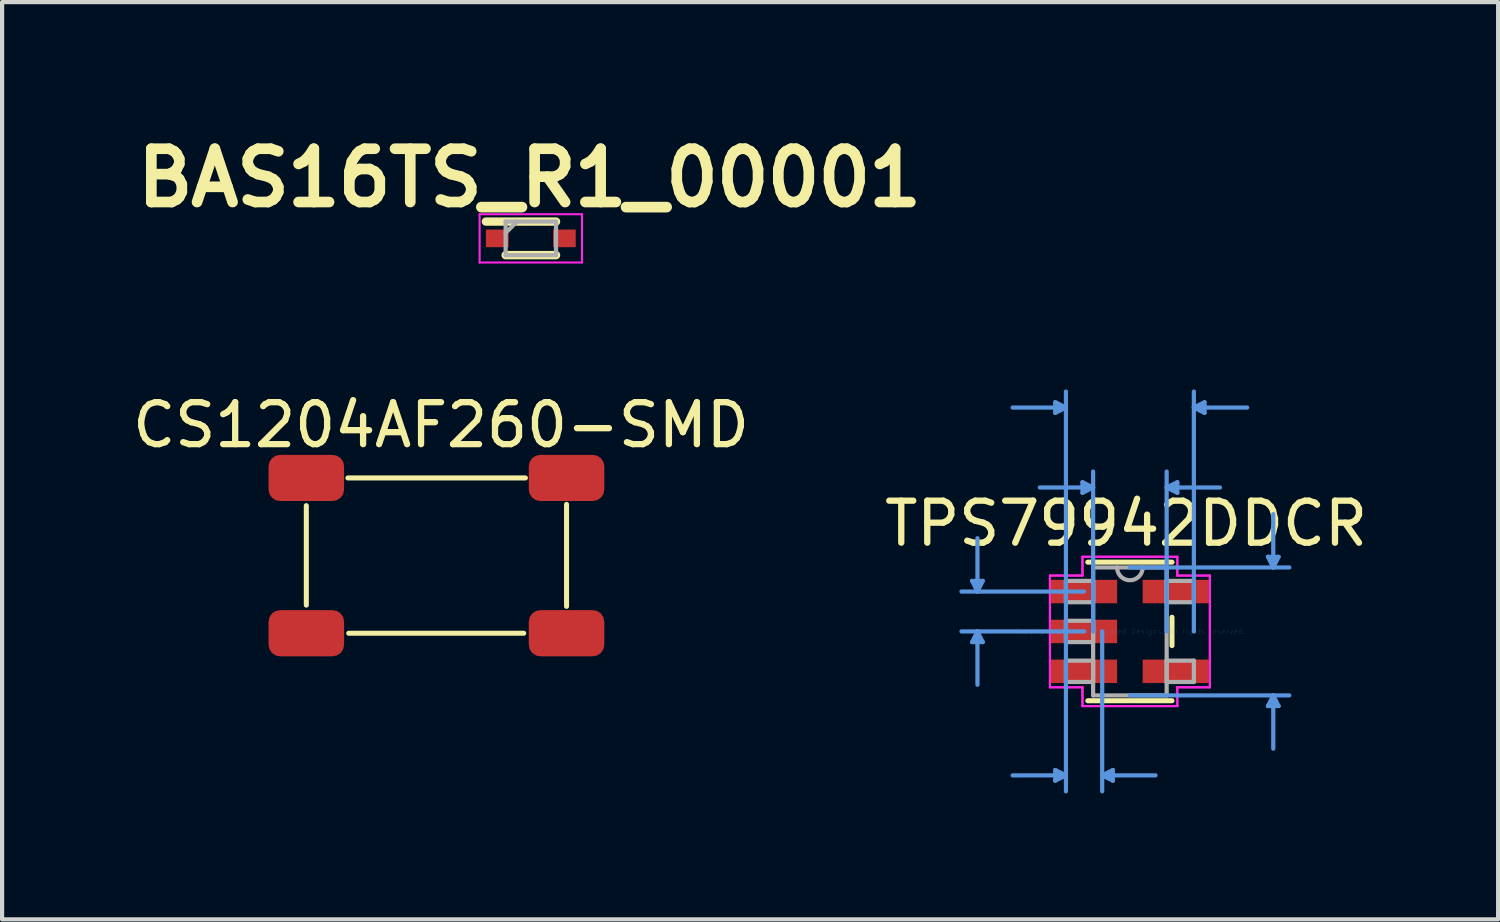
<source format=kicad_pcb>
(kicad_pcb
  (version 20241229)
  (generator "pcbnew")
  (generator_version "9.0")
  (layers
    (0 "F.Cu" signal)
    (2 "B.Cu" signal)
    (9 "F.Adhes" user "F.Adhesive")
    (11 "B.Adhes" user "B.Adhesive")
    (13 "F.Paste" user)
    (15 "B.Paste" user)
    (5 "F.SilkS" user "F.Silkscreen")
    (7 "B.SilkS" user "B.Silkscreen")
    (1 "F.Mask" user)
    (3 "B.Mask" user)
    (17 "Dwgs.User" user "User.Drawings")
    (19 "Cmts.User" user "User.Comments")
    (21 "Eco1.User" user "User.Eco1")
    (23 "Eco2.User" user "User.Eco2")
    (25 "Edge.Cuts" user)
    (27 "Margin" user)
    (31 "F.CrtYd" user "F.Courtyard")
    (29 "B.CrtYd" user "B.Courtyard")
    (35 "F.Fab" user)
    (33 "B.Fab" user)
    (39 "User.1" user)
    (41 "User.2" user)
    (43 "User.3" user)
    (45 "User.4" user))
  (footprint "TPS79942DDCR"
    (layer "F.Cu")
    (at 23.87 11.994)
    (property "Reference" "TPS79942DDCR" (at -0.09 -2.57 0) (layer "F.SilkS") (effects (font (size 1 1) (thickness 0.15))))
    (attr through_hole)
    (fp_line (start -1.003 1.651) (end 1.003 1.651) (stroke (width 0.12) (type solid)) (layer "F.SilkS"))
    (fp_line (start 1.003 -1.651) (end -1.003 -1.651) (stroke (width 0.12) (type solid)) (layer "F.SilkS"))
    (fp_line (start 1.003 0.338) (end 1.003 -0.338) (stroke (width 0.12) (type solid)) (layer "F.SilkS"))
    (fp_line (start -3.759 -1.204) (end -3.505 -1.204) (stroke (width 0.1) (type solid)) (layer "Cmts.User"))
    (fp_line (start -3.759 0.254) (end -3.505 0.254) (stroke (width 0.1) (type solid)) (layer "Cmts.User"))
    (fp_line (start -3.632 -0.95) (end -3.759 -1.204) (stroke (width 0.1) (type solid)) (layer "Cmts.User"))
    (fp_line (start -3.632 -0.95) (end -3.632 -2.22) (stroke (width 0.1) (type solid)) (layer "Cmts.User"))
    (fp_line (start -3.632 -0.95) (end -3.505 -1.204) (stroke (width 0.1) (type solid)) (layer "Cmts.User"))
    (fp_line (start -3.632 0) (end -3.759 0.254) (stroke (width 0.1) (type solid)) (layer "Cmts.User"))
    (fp_line (start -3.632 0) (end -3.632 1.27) (stroke (width 0.1) (type solid)) (layer "Cmts.User"))
    (fp_line (start -3.632 0) (end -3.505 0.254) (stroke (width 0.1) (type solid)) (layer "Cmts.User"))
    (fp_line (start -1.778 -5.461) (end -1.778 -5.207) (stroke (width 0.1) (type solid)) (layer "Cmts.User"))
    (fp_line (start -1.778 3.302) (end -1.778 3.556) (stroke (width 0.1) (type solid)) (layer "Cmts.User"))
    (fp_line (start -1.524 -5.334) (end -2.794 -5.334) (stroke (width 0.1) (type solid)) (layer "Cmts.User"))
    (fp_line (start -1.524 -5.334) (end -1.778 -5.461) (stroke (width 0.1) (type solid)) (layer "Cmts.User"))
    (fp_line (start -1.524 -5.334) (end -1.778 -5.207) (stroke (width 0.1) (type solid)) (layer "Cmts.User"))
    (fp_line (start -1.524 0) (end -1.524 -5.715) (stroke (width 0.1) (type solid)) (layer "Cmts.User"))
    (fp_line (start -1.524 0) (end -1.524 3.81) (stroke (width 0.1) (type solid)) (layer "Cmts.User"))
    (fp_line (start -1.524 3.429) (end -2.794 3.429) (stroke (width 0.1) (type solid)) (layer "Cmts.User"))
    (fp_line (start -1.524 3.429) (end -1.778 3.302) (stroke (width 0.1) (type solid)) (layer "Cmts.User"))
    (fp_line (start -1.524 3.429) (end -1.778 3.556) (stroke (width 0.1) (type solid)) (layer "Cmts.User"))
    (fp_line (start -1.13 -3.556) (end -1.13 -3.302) (stroke (width 0.1) (type solid)) (layer "Cmts.User"))
    (fp_line (start -1.092 -0.95) (end -4.013 -0.95) (stroke (width 0.1) (type solid)) (layer "Cmts.User"))
    (fp_line (start -1.092 0) (end -4.013 0) (stroke (width 0.1) (type solid)) (layer "Cmts.User"))
    (fp_line (start -0.876 -3.429) (end -2.146 -3.429) (stroke (width 0.1) (type solid)) (layer "Cmts.User"))
    (fp_line (start -0.876 -3.429) (end -1.13 -3.556) (stroke (width 0.1) (type solid)) (layer "Cmts.User"))
    (fp_line (start -0.876 -3.429) (end -1.13 -3.302) (stroke (width 0.1) (type solid)) (layer "Cmts.User"))
    (fp_line (start -0.876 0) (end -0.876 -3.81) (stroke (width 0.1) (type solid)) (layer "Cmts.User"))
    (fp_line (start -0.66 0) (end -0.66 3.81) (stroke (width 0.1) (type solid)) (layer "Cmts.User"))
    (fp_line (start -0.66 3.429) (end -0.406 3.302) (stroke (width 0.1) (type solid)) (layer "Cmts.User"))
    (fp_line (start -0.66 3.429) (end -0.406 3.556) (stroke (width 0.1) (type solid)) (layer "Cmts.User"))
    (fp_line (start -0.66 3.429) (end 0.61 3.429) (stroke (width 0.1) (type solid)) (layer "Cmts.User"))
    (fp_line (start -0.406 3.302) (end -0.406 3.556) (stroke (width 0.1) (type solid)) (layer "Cmts.User"))
    (fp_line (start 0 -1.524) (end 3.797 -1.524) (stroke (width 0.1) (type solid)) (layer "Cmts.User"))
    (fp_line (start 0 1.524) (end 3.797 1.524) (stroke (width 0.1) (type solid)) (layer "Cmts.User"))
    (fp_line (start 0.876 -3.429) (end 1.13 -3.556) (stroke (width 0.1) (type solid)) (layer "Cmts.User"))
    (fp_line (start 0.876 -3.429) (end 1.13 -3.302) (stroke (width 0.1) (type solid)) (layer "Cmts.User"))
    (fp_line (start 0.876 -3.429) (end 2.146 -3.429) (stroke (width 0.1) (type solid)) (layer "Cmts.User"))
    (fp_line (start 0.876 0) (end 0.876 -3.81) (stroke (width 0.1) (type solid)) (layer "Cmts.User"))
    (fp_line (start 1.13 -3.556) (end 1.13 -3.302) (stroke (width 0.1) (type solid)) (layer "Cmts.User"))
    (fp_line (start 1.524 -5.334) (end 1.778 -5.461) (stroke (width 0.1) (type solid)) (layer "Cmts.User"))
    (fp_line (start 1.524 -5.334) (end 1.778 -5.207) (stroke (width 0.1) (type solid)) (layer "Cmts.User"))
    (fp_line (start 1.524 -5.334) (end 2.794 -5.334) (stroke (width 0.1) (type solid)) (layer "Cmts.User"))
    (fp_line (start 1.524 0) (end 1.524 -5.715) (stroke (width 0.1) (type solid)) (layer "Cmts.User"))
    (fp_line (start 1.778 -5.461) (end 1.778 -5.207) (stroke (width 0.1) (type solid)) (layer "Cmts.User"))
    (fp_line (start 3.289 -1.778) (end 3.543 -1.778) (stroke (width 0.1) (type solid)) (layer "Cmts.User"))
    (fp_line (start 3.289 1.778) (end 3.543 1.778) (stroke (width 0.1) (type solid)) (layer "Cmts.User"))
    (fp_line (start 3.416 -1.524) (end 3.289 -1.778) (stroke (width 0.1) (type solid)) (layer "Cmts.User"))
    (fp_line (start 3.416 -1.524) (end 3.416 -2.794) (stroke (width 0.1) (type solid)) (layer "Cmts.User"))
    (fp_line (start 3.416 -1.524) (end 3.543 -1.778) (stroke (width 0.1) (type solid)) (layer "Cmts.User"))
    (fp_line (start 3.416 1.524) (end 3.289 1.778) (stroke (width 0.1) (type solid)) (layer "Cmts.User"))
    (fp_line (start 3.416 1.524) (end 3.416 2.794) (stroke (width 0.1) (type solid)) (layer "Cmts.User"))
    (fp_line (start 3.416 1.524) (end 3.543 1.778) (stroke (width 0.1) (type solid)) (layer "Cmts.User"))
    (fp_line (start -1.905 -1.331) (end -1.13 -1.331) (stroke (width 0.05) (type solid)) (layer "F.CrtYd"))
    (fp_line (start -1.905 -1.331) (end -1.13 -1.331) (stroke (width 0.05) (type solid)) (layer "F.CrtYd"))
    (fp_line (start -1.905 1.331) (end -1.905 -1.331) (stroke (width 0.05) (type solid)) (layer "F.CrtYd"))
    (fp_line (start -1.905 1.331) (end -1.905 -1.331) (stroke (width 0.05) (type solid)) (layer "F.CrtYd"))
    (fp_line (start -1.13 -1.778) (end 1.13 -1.778) (stroke (width 0.05) (type solid)) (layer "F.CrtYd"))
    (fp_line (start -1.13 -1.778) (end 1.13 -1.778) (stroke (width 0.05) (type solid)) (layer "F.CrtYd"))
    (fp_line (start -1.13 -1.331) (end -1.13 -1.778) (stroke (width 0.05) (type solid)) (layer "F.CrtYd"))
    (fp_line (start -1.13 -1.331) (end -1.13 -1.778) (stroke (width 0.05) (type solid)) (layer "F.CrtYd"))
    (fp_line (start -1.13 1.331) (end -1.905 1.331) (stroke (width 0.05) (type solid)) (layer "F.CrtYd"))
    (fp_line (start -1.13 1.331) (end -1.905 1.331) (stroke (width 0.05) (type solid)) (layer "F.CrtYd"))
    (fp_line (start -1.13 1.778) (end -1.13 1.331) (stroke (width 0.05) (type solid)) (layer "F.CrtYd"))
    (fp_line (start -1.13 1.778) (end -1.13 1.331) (stroke (width 0.05) (type solid)) (layer "F.CrtYd"))
    (fp_line (start 1.13 -1.778) (end 1.13 -1.331) (stroke (width 0.05) (type solid)) (layer "F.CrtYd"))
    (fp_line (start 1.13 -1.778) (end 1.13 -1.331) (stroke (width 0.05) (type solid)) (layer "F.CrtYd"))
    (fp_line (start 1.13 -1.331) (end 1.905 -1.331) (stroke (width 0.05) (type solid)) (layer "F.CrtYd"))
    (fp_line (start 1.13 -1.331) (end 1.905 -1.331) (stroke (width 0.05) (type solid)) (layer "F.CrtYd"))
    (fp_line (start 1.13 1.331) (end 1.13 1.778) (stroke (width 0.05) (type solid)) (layer "F.CrtYd"))
    (fp_line (start 1.13 1.331) (end 1.13 1.778) (stroke (width 0.05) (type solid)) (layer "F.CrtYd"))
    (fp_line (start 1.13 1.778) (end -1.13 1.778) (stroke (width 0.05) (type solid)) (layer "F.CrtYd"))
    (fp_line (start 1.13 1.778) (end -1.13 1.778) (stroke (width 0.05) (type solid)) (layer "F.CrtYd"))
    (fp_line (start 1.905 -1.331) (end 1.905 1.331) (stroke (width 0.05) (type solid)) (layer "F.CrtYd"))
    (fp_line (start 1.905 -1.331) (end 1.905 1.331) (stroke (width 0.05) (type solid)) (layer "F.CrtYd"))
    (fp_line (start 1.905 1.331) (end 1.13 1.331) (stroke (width 0.05) (type solid)) (layer "F.CrtYd"))
    (fp_line (start 1.905 1.331) (end 1.13 1.331) (stroke (width 0.05) (type solid)) (layer "F.CrtYd"))
    (fp_line (start -1.524 -1.204) (end -1.524 -0.696) (stroke (width 0.1) (type solid)) (layer "F.Fab"))
    (fp_line (start -1.524 -0.696) (end -0.876 -0.696) (stroke (width 0.1) (type solid)) (layer "F.Fab"))
    (fp_line (start -1.524 -0.254) (end -1.524 0.254) (stroke (width 0.1) (type solid)) (layer "F.Fab"))
    (fp_line (start -1.524 0.254) (end -0.876 0.254) (stroke (width 0.1) (type solid)) (layer "F.Fab"))
    (fp_line (start -1.524 0.696) (end -1.524 1.204) (stroke (width 0.1) (type solid)) (layer "F.Fab"))
    (fp_line (start -1.524 1.204) (end -0.876 1.204) (stroke (width 0.1) (type solid)) (layer "F.Fab"))
    (fp_line (start -0.876 -1.524) (end -0.876 1.524) (stroke (width 0.1) (type solid)) (layer "F.Fab"))
    (fp_line (start -0.876 -1.204) (end -1.524 -1.204) (stroke (width 0.1) (type solid)) (layer "F.Fab"))
    (fp_line (start -0.876 -0.696) (end -0.876 -1.204) (stroke (width 0.1) (type solid)) (layer "F.Fab"))
    (fp_line (start -0.876 -0.254) (end -1.524 -0.254) (stroke (width 0.1) (type solid)) (layer "F.Fab"))
    (fp_line (start -0.876 0.254) (end -0.876 -0.254) (stroke (width 0.1) (type solid)) (layer "F.Fab"))
    (fp_line (start -0.876 0.696) (end -1.524 0.696) (stroke (width 0.1) (type solid)) (layer "F.Fab"))
    (fp_line (start -0.876 1.204) (end -0.876 0.696) (stroke (width 0.1) (type solid)) (layer "F.Fab"))
    (fp_line (start -0.876 1.524) (end 0.876 1.524) (stroke (width 0.1) (type solid)) (layer "F.Fab"))
    (fp_line (start 0.876 -1.524) (end -0.876 -1.524) (stroke (width 0.1) (type solid)) (layer "F.Fab"))
    (fp_line (start 0.876 -1.204) (end 0.876 -0.696) (stroke (width 0.1) (type solid)) (layer "F.Fab"))
    (fp_line (start 0.876 -0.696) (end 1.524 -0.696) (stroke (width 0.1) (type solid)) (layer "F.Fab"))
    (fp_line (start 0.876 0.696) (end 0.876 1.204) (stroke (width 0.1) (type solid)) (layer "F.Fab"))
    (fp_line (start 0.876 1.204) (end 1.524 1.204) (stroke (width 0.1) (type solid)) (layer "F.Fab"))
    (fp_line (start 0.876 1.524) (end 0.876 -1.524) (stroke (width 0.1) (type solid)) (layer "F.Fab"))
    (fp_line (start 1.524 -1.204) (end 0.876 -1.204) (stroke (width 0.1) (type solid)) (layer "F.Fab"))
    (fp_line (start 1.524 -0.696) (end 1.524 -1.204) (stroke (width 0.1) (type solid)) (layer "F.Fab"))
    (fp_line (start 1.524 0.696) (end 0.876 0.696) (stroke (width 0.1) (type solid)) (layer "F.Fab"))
    (fp_line (start 1.524 1.204) (end 1.524 0.696) (stroke (width 0.1) (type solid)) (layer "F.Fab"))
    (fp_arc (start 0.3048 -1.524) (mid 0 -1.2192) (end -0.3048 -1.524) (stroke (width 0.1) (type solid)) (layer "F.Fab"))
    (fp_text user "Copyright 2021 Accelerated Designs. All rights reserved." (at 0 0 0) (layer "Cmts.User") (effects (font (size 0.127 0.127) (thickness 0.002))))
    (pad "1" smd rect (at -1.092 -0.95) (size 1.575 0.559) (layers "F.Cu" "F.Mask" "F.Paste"))
    (pad "2" smd rect (at -1.092 0) (size 1.575 0.559) (layers "F.Cu" "F.Mask" "F.Paste"))
    (pad "3" smd rect (at -1.092 0.95) (size 1.575 0.559) (layers "F.Cu" "F.Mask" "F.Paste"))
    (pad "4" smd rect (at 1.092 0.95) (size 1.575 0.559) (layers "F.Cu" "F.Mask" "F.Paste"))
    (pad "5" smd rect (at 1.092 -0.95) (size 1.575 0.559) (layers "F.Cu" "F.Mask" "F.Paste")))
  (footprint "CS1204AF260-SMD"
    (layer "F.Cu")
    (at 7.348 10.187)
    (property "Reference" "CS1204AF260-SMD" (at 0.11 -3.11 0) (unlocked yes) (layer "F.SilkS") (effects (font (size 1 1) (thickness 0.15))))
    (attr smd)
    (fp_line (start -3.1 -1.19) (end -3.1 1.18) (stroke (width 0.12) (type solid)) (layer "F.SilkS"))
    (fp_line (start -2.09 1.85) (end 2.08 1.85) (stroke (width 0.12) (type solid)) (layer "F.SilkS"))
    (fp_line (start 2.12 -1.85) (end -2.11 -1.85) (stroke (width 0.12) (type solid)) (layer "F.SilkS"))
    (fp_line (start 3.1 1.21) (end 3.1 -1.22) (stroke (width 0.12) (type solid)) (layer "F.SilkS"))
    (pad "1" smd roundrect (at -3.1 -1.85) (size 1.8 1.1) (layers "F.Cu" "F.Mask" "F.Paste") (roundrect_rratio 0.25))
    (pad "2" smd roundrect (at -3.1 1.85) (size 1.8 1.1) (layers "F.Cu" "F.Mask" "F.Paste") (roundrect_rratio 0.25))
    (pad "3" smd roundrect (at 3.1 -1.85) (size 1.8 1.1) (layers "F.Cu" "F.Mask" "F.Paste") (roundrect_rratio 0.25))
    (pad "4" smd roundrect (at 3.1 1.85) (size 1.8 1.1) (layers "F.Cu" "F.Mask" "F.Paste") (roundrect_rratio 0.25)))
  (footprint "BAS16TS_R1_00001"
    (layer "F.Cu")
    (at 9.597 2.629)
    (property "Reference" "BAS16TS_R1_00001" (at -0.03 -1.44 0) (layer "F.SilkS") (effects (font (size 1.27 1.27) (thickness 0.254))))
    (attr smd)
    (fp_line (start -1.07 -0.4) (end 0.6 -0.4) (stroke (width 0.2) (type solid)) (layer "F.SilkS"))
    (fp_line (start -0.6 0.4) (end 0.6 0.4) (stroke (width 0.2) (type solid)) (layer "F.SilkS"))
    (fp_line (start -1.22 -0.575) (end 1.22 -0.575) (stroke (width 0.05) (type solid)) (layer "F.CrtYd"))
    (fp_line (start -1.22 0.575) (end -1.22 -0.575) (stroke (width 0.05) (type solid)) (layer "F.CrtYd"))
    (fp_line (start 1.22 -0.575) (end 1.22 0.575) (stroke (width 0.05) (type solid)) (layer "F.CrtYd"))
    (fp_line (start 1.22 0.575) (end -1.22 0.575) (stroke (width 0.05) (type solid)) (layer "F.CrtYd"))
    (fp_line (start -0.6 -0.4) (end 0.6 -0.4) (stroke (width 0.1) (type solid)) (layer "F.Fab"))
    (fp_line (start -0.6 -0.13) (end -0.33 -0.4) (stroke (width 0.1) (type solid)) (layer "F.Fab"))
    (fp_line (start -0.6 0.4) (end -0.6 -0.4) (stroke (width 0.1) (type solid)) (layer "F.Fab"))
    (fp_line (start 0.6 -0.4) (end 0.6 0.4) (stroke (width 0.1) (type solid)) (layer "F.Fab"))
    (fp_line (start 0.6 0.4) (end -0.6 0.4) (stroke (width 0.1) (type solid)) (layer "F.Fab"))
    (pad "1" smd rect (at -0.8 0 90) (size 0.42 0.54) (layers "F.Cu" "F.Mask" "F.Paste"))
    (pad "2" smd rect (at 0.8 0 90) (size 0.42 0.54) (layers "F.Cu" "F.Mask" "F.Paste")))
  (gr_rect
    (start -3 -3)
    (end 32.643 18.854)
    (stroke (width 0.1) (type default))
    (fill no)
    (layer "Edge.Cuts")))
</source>
